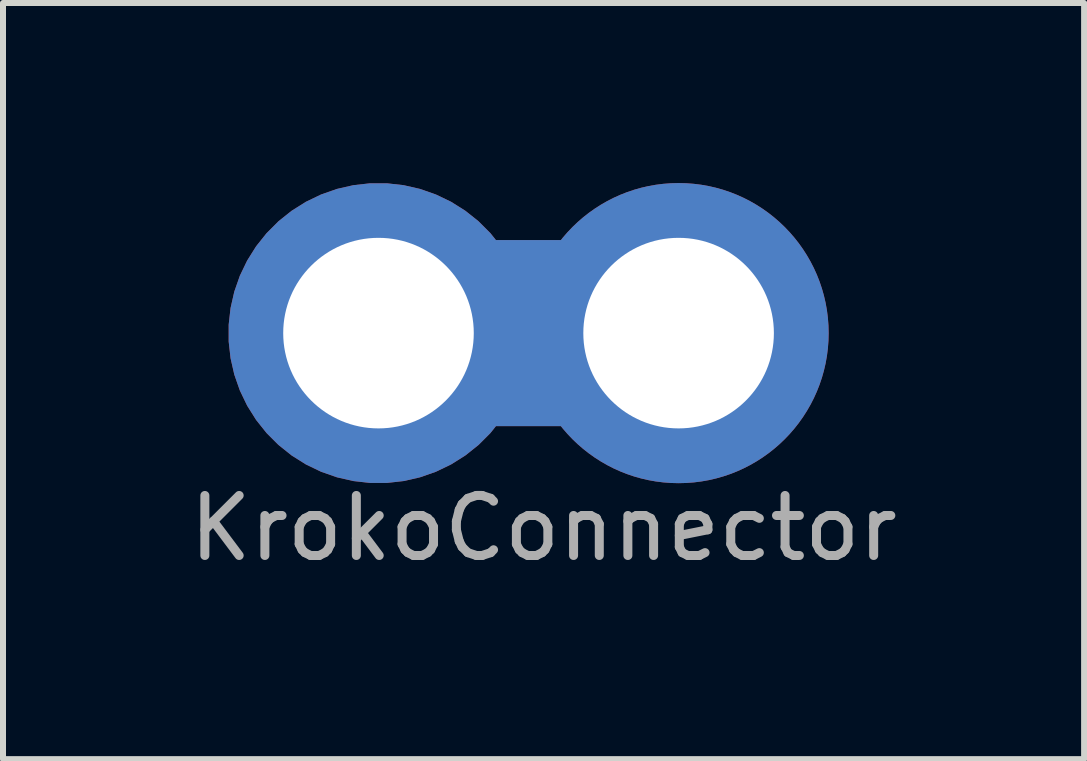
<source format=kicad_pcb>
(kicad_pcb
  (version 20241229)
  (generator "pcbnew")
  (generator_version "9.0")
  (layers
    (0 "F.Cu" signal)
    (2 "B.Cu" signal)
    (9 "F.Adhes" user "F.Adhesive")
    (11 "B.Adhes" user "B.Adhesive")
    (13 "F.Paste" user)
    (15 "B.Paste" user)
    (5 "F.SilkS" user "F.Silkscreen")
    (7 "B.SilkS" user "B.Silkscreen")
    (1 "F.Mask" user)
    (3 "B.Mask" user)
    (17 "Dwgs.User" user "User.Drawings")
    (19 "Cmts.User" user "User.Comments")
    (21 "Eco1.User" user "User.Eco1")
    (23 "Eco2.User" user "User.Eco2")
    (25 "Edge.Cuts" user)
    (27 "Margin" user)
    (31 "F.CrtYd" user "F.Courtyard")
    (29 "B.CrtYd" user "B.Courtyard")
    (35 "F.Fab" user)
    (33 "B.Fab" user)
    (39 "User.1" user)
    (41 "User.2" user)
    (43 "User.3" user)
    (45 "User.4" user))
  (footprint "KrokoConnector"
    (layer "F.Cu")
    (at 5.756 2.5)
    (property "Reference" "KrokoConnector" (at 0.25 3.25 0) (layer "F.Fab") (effects (font (size 1 1) (thickness 0.15))))
    (attr through_hole)
    (pad "1" thru_hole custom (at -2.5 0) (size 5 5) (drill 3.175) (layers "*.Cu" "*.Mask") (options (anchor circle)) (primitives (gr_poly (pts (xy 3.25 1.5) (xy 1.75 1.5) (xy 1.75 -1.5) (xy 3.25 -1.5)) (width 0.1) (fill yes))))
    (pad "1" thru_hole circle (at 2.5 0) (size 5 5) (drill 3.175) (layers "*.Cu" "*.Mask")))
  (gr_rect
    (start -3 -3)
    (end 15.012 9.598)
    (stroke (width 0.1) (type default))
    (fill no)
    (layer "Edge.Cuts")))
</source>
